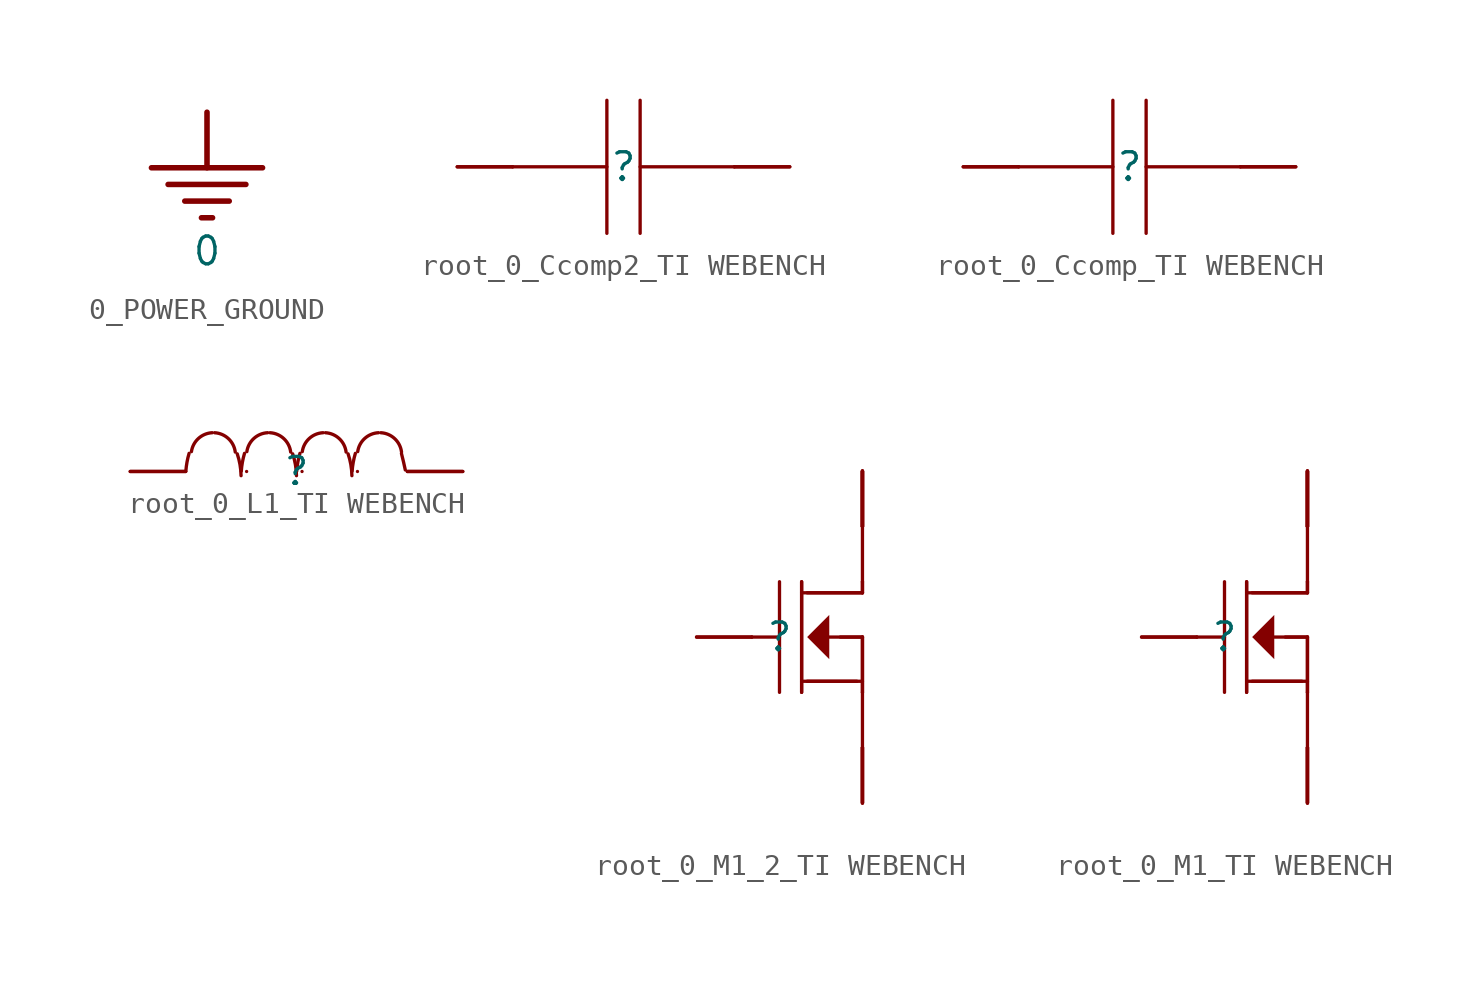
<source format=kicad_sym>
(kicad_symbol_lib
  (version 20241209)
  (generator "kicad_symbol_editor")
  (generator_version "9.0")
  (symbol "0_POWER_GROUND"
    (power)
    (property "Reference" "#PWR"
      (at 0 0 0)
      (effects (font (size 1.27 1.27)) (hide yes)))
    (property "Value" "0"
      (at 0 -6.35 0)
      (effects (font (size 1.27 1.27))))
    (symbol "0_POWER_GROUND_0_0"
      (polyline (pts (xy -2.54 -2.54) (xy 2.54 -2.54)) (stroke (width 0.254) (type solid)) (fill (type none)))
      (polyline (pts (xy -1.778 -3.302) (xy 1.778 -3.302)) (stroke (width 0.254) (type solid)) (fill (type none)))
      (polyline (pts (xy -1.016 -4.064) (xy 1.016 -4.064)) (stroke (width 0.254) (type solid)) (fill (type none)))
      (polyline (pts (xy -0.254 -4.826) (xy 0.254 -4.826)) (stroke (width 0.254) (type solid)) (fill (type none)))
      (polyline (pts (xy 0 0) (xy 0 -2.54)) (stroke (width 0.254) (type solid)) (fill (type none)))
      (pin power_in line (at 0 0 0) (length 0) (hide yes) (name "0" (effects (font (size 1.27 1.27)))) (number "" (effects (font (size 1.27 1.27)))))))
  (symbol "root_0_Ccomp2_TI WEBENCH"
    (pin_numbers
      (hide yes))
    (pin_names
      (hide yes))
    (property "Reference" ""
      (at 0 0 0)
      (effects (font (size 1.27 1.27))))
    (property "Value" ""
      (at 0 0 0)
      (effects (font (size 1.27 1.27))))
    (symbol "root_0_Ccomp2_TI WEBENCH_1_0"
      (polyline (pts (xy -7.62 0) (xy -5.08 0)) (stroke (width 0) (type solid)) (fill (type none)))
      (polyline (pts (xy -5.08 0) (xy -0.762 0)) (stroke (width 0) (type solid)) (fill (type none)))
      (polyline (pts (xy -0.762 -3.048) (xy -0.762 3.048)) (stroke (width 0) (type solid)) (fill (type none)))
      (polyline (pts (xy 0.762 0) (xy 5.08 0)) (stroke (width 0) (type solid)) (fill (type none)))
      (polyline (pts (xy 0.762 -3.048) (xy 0.762 3.048)) (stroke (width 0) (type solid)) (fill (type none)))
      (polyline (pts (xy 7.62 0) (xy 5.08 0)) (stroke (width 0) (type solid)) (fill (type none)))
      (pin passive line (at -7.62 0 0) (length 2.54) (name "2" (effects (font (size 1.27 1.27)))) (number "2" (effects (font (size 1.27 1.27)))))
      (pin passive line (at 7.62 0 180) (length 2.54) (name "1" (effects (font (size 1.27 1.27)))) (number "1" (effects (font (size 1.27 1.27)))))))
  (symbol "root_0_Ccomp_TI WEBENCH"
    (pin_numbers
      (hide yes))
    (pin_names
      (hide yes))
    (property "Reference" ""
      (at 0 0 0)
      (effects (font (size 1.27 1.27))))
    (property "Value" ""
      (at 0 0 0)
      (effects (font (size 1.27 1.27))))
    (symbol "root_0_Ccomp_TI WEBENCH_1_0"
      (polyline (pts (xy -7.62 0) (xy -5.08 0)) (stroke (width 0) (type solid)) (fill (type none)))
      (polyline (pts (xy -5.08 0) (xy -0.762 0)) (stroke (width 0) (type solid)) (fill (type none)))
      (polyline (pts (xy -0.762 -3.048) (xy -0.762 3.048)) (stroke (width 0) (type solid)) (fill (type none)))
      (polyline (pts (xy 0.762 0) (xy 5.08 0)) (stroke (width 0) (type solid)) (fill (type none)))
      (polyline (pts (xy 0.762 -3.048) (xy 0.762 3.048)) (stroke (width 0) (type solid)) (fill (type none)))
      (polyline (pts (xy 7.62 0) (xy 5.08 0)) (stroke (width 0) (type solid)) (fill (type none)))
      (pin passive line (at -7.62 0 0) (length 2.54) (name "2" (effects (font (size 1.27 1.27)))) (number "2" (effects (font (size 1.27 1.27)))))
      (pin passive line (at 7.62 0 180) (length 2.54) (name "1" (effects (font (size 1.27 1.27)))) (number "1" (effects (font (size 1.27 1.27)))))))
  (symbol "root_0_L1_TI WEBENCH"
    (pin_numbers
      (hide yes))
    (pin_names
      (hide yes))
    (property "Reference" ""
      (at 0 0 0)
      (effects (font (size 1.27 1.27))))
    (property "Value" ""
      (at 0 0 0)
      (effects (font (size 1.27 1.27))))
    (symbol "root_0_L1_TI WEBENCH_1_0"
      (arc (start 4.8099 0.8249) (mid 4.9021 0.4495) (end 4.9855 0.0721) (stroke (width 0) (type solid)) (fill (type none)))
      (polyline (pts (xy -7.62 0) (xy -5.08 0)) (stroke (width 0) (type solid)) (fill (type none)))
      (arc (start -2.7155 0.8081) (mid -2.5895 0.3152) (end -2.5406 -0.1912) (stroke (width 0) (type solid)) (fill (type none)))
      (arc (start -4.8151 0.9107) (mid -4.4935 1.5138) (end -3.8625 1.7766) (stroke (width 0) (type solid)) (fill (type none)))
      (arc (start -3.7539 1.7764) (mid -3.118 1.5059) (end -2.8022 0.8912) (stroke (width 0) (type solid)) (fill (type none)))
      (arc (start -0.1755 0.8081) (mid -0.0495 0.3152) (end -0.0006 -0.1912) (stroke (width 0) (type solid)) (fill (type none)))
      (arc (start -2.286 0) (mid -2.286 0) (end -2.286 0) (stroke (width 0) (type solid)) (fill (type none)))
      (arc (start -2.2751 0.9107) (mid -1.9535 1.5138) (end -1.3225 1.7766) (stroke (width 0) (type solid)) (fill (type none)))
      (arc (start -1.2139 1.7764) (mid -0.578 1.5059) (end -0.2622 0.8912) (stroke (width 0) (type solid)) (fill (type none)))
      (arc (start -5.0704 0.0162) (mid -5.0185 0.4275) (end -4.9223 0.8308) (stroke (width 0) (type solid)) (fill (type none)))
      (arc (start 2.3645 0.8081) (mid 2.4905 0.3152) (end 2.5394 -0.1912) (stroke (width 0) (type solid)) (fill (type none)))
      (arc (start 0.254 0) (mid 0.254 0) (end 0.254 0) (stroke (width 0) (type solid)) (fill (type none)))
      (arc (start 0.2649 0.9107) (mid 0.5865 1.5138) (end 1.2175 1.7766) (stroke (width 0) (type solid)) (fill (type none)))
      (arc (start 1.3261 1.7764) (mid 1.962 1.5059) (end 2.2778 0.8912) (stroke (width 0) (type solid)) (fill (type none)))
      (arc (start -2.5304 0.0162) (mid -2.4785 0.4275) (end -2.3823 0.8308) (stroke (width 0) (type solid)) (fill (type none)))
      (arc (start 2.794 0) (mid 2.794 0) (end 2.794 0) (stroke (width 0) (type solid)) (fill (type none)))
      (arc (start 2.8049 0.9107) (mid 3.1265 1.5138) (end 3.7575 1.7766) (stroke (width 0) (type solid)) (fill (type none)))
      (arc (start 3.8661 1.7764) (mid 4.502 1.5059) (end 4.8178 0.8912) (stroke (width 0) (type solid)) (fill (type none)))
      (arc (start 0.0096 0.0162) (mid 0.0615 0.4275) (end 0.1577 0.8308) (stroke (width 0) (type solid)) (fill (type none)))
      (polyline (pts (xy 5.08 0) (xy 7.62 0)) (stroke (width 0) (type solid)) (fill (type none)))
      (arc (start 2.5496 0.0162) (mid 2.6015 0.4275) (end 2.6977 0.8308) (stroke (width 0) (type solid)) (fill (type none)))
      (pin passive line (at -7.62 0 0) (length 2.54) (name "1" (effects (font (size 1.27 1.27)))) (number "1" (effects (font (size 1.27 1.27)))))
      (pin passive line (at 7.62 0 180) (length 2.54) (name "2" (effects (font (size 1.27 1.27)))) (number "2" (effects (font (size 1.27 1.27)))))))
  (symbol "root_0_M1_2_TI WEBENCH"
    (pin_numbers
      (hide yes))
    (pin_names
      (hide yes))
    (property "Reference" ""
      (at 0 0 0)
      (effects (font (size 1.27 1.27))))
    (property "Value" ""
      (at 0 0 0)
      (effects (font (size 1.27 1.27))))
    (symbol "root_0_M1_2_TI WEBENCH_1_0"
      (polyline (pts (xy -3.81 0) (xy -1.27 0)) (stroke (width 0) (type solid)) (fill (type none)))
      (polyline (pts (xy -1.27 0) (xy 0 0)) (stroke (width 0) (type solid)) (fill (type none)))
      (polyline (pts (xy 0 -2.54) (xy 0 2.54)) (stroke (width 0) (type solid)) (fill (type none)))
      (polyline (pts (xy 1.016 2.54) (xy 1.016 -2.54)) (stroke (width 0) (type solid)) (fill (type none)))
      (polyline (pts (xy 1.016 2.54) (xy 1.016 -2.54)) (stroke (width 0) (type solid)) (fill (type none)))
      (polyline (pts (xy 1.016 -2.032) (xy 3.81 -2.032)) (stroke (width 0) (type solid)) (fill (type none)))
      (polyline (pts (xy 1.27 0) (xy 2.286 1.016) (xy 2.286 -1.016) (xy 1.27 0)) (stroke (width -0.0001) (type solid)) (fill (type outline)))
      (polyline (pts (xy 1.27 -2.032) (xy 3.556 -2.032)) (stroke (width 0) (type solid)) (fill (type none)))
      (polyline (pts (xy 2.286 0) (xy 3.81 0)) (stroke (width 0) (type solid)) (fill (type none)))
      (polyline (pts (xy 2.794 0) (xy 3.81 0)) (stroke (width 0) (type solid)) (fill (type none)))
      (polyline (pts (xy 3.81 7.62) (xy 3.81 5.08)) (stroke (width 0) (type solid)) (fill (type none)))
      (polyline (pts (xy 3.81 5.08) (xy 3.81 2.54)) (stroke (width 0) (type solid)) (fill (type none)))
      (polyline (pts (xy 3.81 2.54) (xy 3.81 2.032)) (stroke (width 0) (type solid)) (fill (type none)))
      (polyline (pts (xy 3.81 2.54) (xy 3.81 2.032)) (stroke (width 0) (type solid)) (fill (type none)))
      (polyline (pts (xy 3.81 2.032) (xy 1.016 2.032)) (stroke (width 0) (type solid)) (fill (type none)))
      (polyline (pts (xy 3.81 2.032) (xy 1.27 2.032)) (stroke (width 0) (type solid)) (fill (type none)))
      (polyline (pts (xy 3.81 0) (xy 3.81 -2.54)) (stroke (width 0) (type solid)) (fill (type none)))
      (polyline (pts (xy 3.81 0) (xy 3.81 -2.54)) (stroke (width 0) (type solid)) (fill (type none)))
      (polyline (pts (xy 3.81 -2.54) (xy 3.81 -5.08)) (stroke (width 0) (type solid)) (fill (type none)))
      (polyline (pts (xy 3.81 -7.62) (xy 3.81 -5.08)) (stroke (width 0) (type solid)) (fill (type none)))
      (pin passive line (at -3.81 0 0) (length 2.54) (name "Gate" (effects (font (size 1.27 1.27)))) (number "4" (effects (font (size 1.27 1.27)))))
      (pin passive line (at 3.81 7.62 270) (length 2.54) (name "Drain" (effects (font (size 1.27 1.27)))) (number "5" (effects (font (size 1.27 1.27)))))
      (pin passive line (at 3.81 7.62 270) (length 2.54) (name "Drain" (effects (font (size 1.27 1.27)))) (number "6" (effects (font (size 1.27 1.27)))))
      (pin passive line (at 3.81 7.62 270) (length 2.54) (name "Drain" (effects (font (size 1.27 1.27)))) (number "7" (effects (font (size 1.27 1.27)))))
      (pin passive line (at 3.81 7.62 270) (length 2.54) (name "Drain" (effects (font (size 1.27 1.27)))) (number "8" (effects (font (size 1.27 1.27)))))
      (pin passive line (at 3.81 7.62 270) (length 2.54) (name "Drain" (effects (font (size 1.27 1.27)))) (number "9" (effects (font (size 1.27 1.27)))))
      (pin passive line (at 3.81 -7.62 90) (length 2.54) (name "Source" (effects (font (size 1.27 1.27)))) (number "1" (effects (font (size 1.27 1.27)))))
      (pin passive line (at 3.81 -7.62 90) (length 2.54) (name "Source" (effects (font (size 1.27 1.27)))) (number "2" (effects (font (size 1.27 1.27)))))
      (pin passive line (at 3.81 -7.62 90) (length 2.54) (name "Source" (effects (font (size 1.27 1.27)))) (number "3" (effects (font (size 1.27 1.27)))))))
  (symbol "root_0_M1_TI WEBENCH"
    (pin_numbers
      (hide yes))
    (pin_names
      (hide yes))
    (property "Reference" ""
      (at 0 0 0)
      (effects (font (size 1.27 1.27))))
    (property "Value" ""
      (at 0 0 0)
      (effects (font (size 1.27 1.27))))
    (symbol "root_0_M1_TI WEBENCH_1_0"
      (polyline (pts (xy -3.81 0) (xy -1.27 0)) (stroke (width 0) (type solid)) (fill (type none)))
      (polyline (pts (xy -1.27 0) (xy 0 0)) (stroke (width 0) (type solid)) (fill (type none)))
      (polyline (pts (xy 0 -2.54) (xy 0 2.54)) (stroke (width 0) (type solid)) (fill (type none)))
      (polyline (pts (xy 1.016 2.54) (xy 1.016 -2.54)) (stroke (width 0) (type solid)) (fill (type none)))
      (polyline (pts (xy 1.016 2.54) (xy 1.016 -2.54)) (stroke (width 0) (type solid)) (fill (type none)))
      (polyline (pts (xy 1.016 -2.032) (xy 3.81 -2.032)) (stroke (width 0) (type solid)) (fill (type none)))
      (polyline (pts (xy 1.27 0) (xy 2.286 1.016) (xy 2.286 -1.016) (xy 1.27 0)) (stroke (width -0.0001) (type solid)) (fill (type outline)))
      (polyline (pts (xy 1.27 -2.032) (xy 3.556 -2.032)) (stroke (width 0) (type solid)) (fill (type none)))
      (polyline (pts (xy 2.286 0) (xy 3.81 0)) (stroke (width 0) (type solid)) (fill (type none)))
      (polyline (pts (xy 2.794 0) (xy 3.81 0)) (stroke (width 0) (type solid)) (fill (type none)))
      (polyline (pts (xy 3.81 7.62) (xy 3.81 5.08)) (stroke (width 0) (type solid)) (fill (type none)))
      (polyline (pts (xy 3.81 5.08) (xy 3.81 2.54)) (stroke (width 0) (type solid)) (fill (type none)))
      (polyline (pts (xy 3.81 2.54) (xy 3.81 2.032)) (stroke (width 0) (type solid)) (fill (type none)))
      (polyline (pts (xy 3.81 2.54) (xy 3.81 2.032)) (stroke (width 0) (type solid)) (fill (type none)))
      (polyline (pts (xy 3.81 2.032) (xy 1.016 2.032)) (stroke (width 0) (type solid)) (fill (type none)))
      (polyline (pts (xy 3.81 2.032) (xy 1.27 2.032)) (stroke (width 0) (type solid)) (fill (type none)))
      (polyline (pts (xy 3.81 0) (xy 3.81 -2.54)) (stroke (width 0) (type solid)) (fill (type none)))
      (polyline (pts (xy 3.81 0) (xy 3.81 -2.54)) (stroke (width 0) (type solid)) (fill (type none)))
      (polyline (pts (xy 3.81 -2.54) (xy 3.81 -5.08)) (stroke (width 0) (type solid)) (fill (type none)))
      (polyline (pts (xy 3.81 -7.62) (xy 3.81 -5.08)) (stroke (width 0) (type solid)) (fill (type none)))
      (pin passive line (at -3.81 0 0) (length 2.54) (name "Gate" (effects (font (size 1.27 1.27)))) (number "4" (effects (font (size 1.27 1.27)))))
      (pin passive line (at 3.81 7.62 270) (length 2.54) (name "Drain" (effects (font (size 1.27 1.27)))) (number "5" (effects (font (size 1.27 1.27)))))
      (pin passive line (at 3.81 7.62 270) (length 2.54) (name "Drain" (effects (font (size 1.27 1.27)))) (number "6" (effects (font (size 1.27 1.27)))))
      (pin passive line (at 3.81 7.62 270) (length 2.54) (name "Drain" (effects (font (size 1.27 1.27)))) (number "7" (effects (font (size 1.27 1.27)))))
      (pin passive line (at 3.81 7.62 270) (length 2.54) (name "Drain" (effects (font (size 1.27 1.27)))) (number "8" (effects (font (size 1.27 1.27)))))
      (pin passive line (at 3.81 7.62 270) (length 2.54) (name "Drain" (effects (font (size 1.27 1.27)))) (number "9" (effects (font (size 1.27 1.27)))))
      (pin passive line (at 3.81 -7.62 90) (length 2.54) (name "Source" (effects (font (size 1.27 1.27)))) (number "1" (effects (font (size 1.27 1.27)))))
      (pin passive line (at 3.81 -7.62 90) (length 2.54) (name "Source" (effects (font (size 1.27 1.27)))) (number "2" (effects (font (size 1.27 1.27)))))
      (pin passive line (at 3.81 -7.62 90) (length 2.54) (name "Source" (effects (font (size 1.27 1.27)))) (number "3" (effects (font (size 1.27 1.27))))))))
</source>
